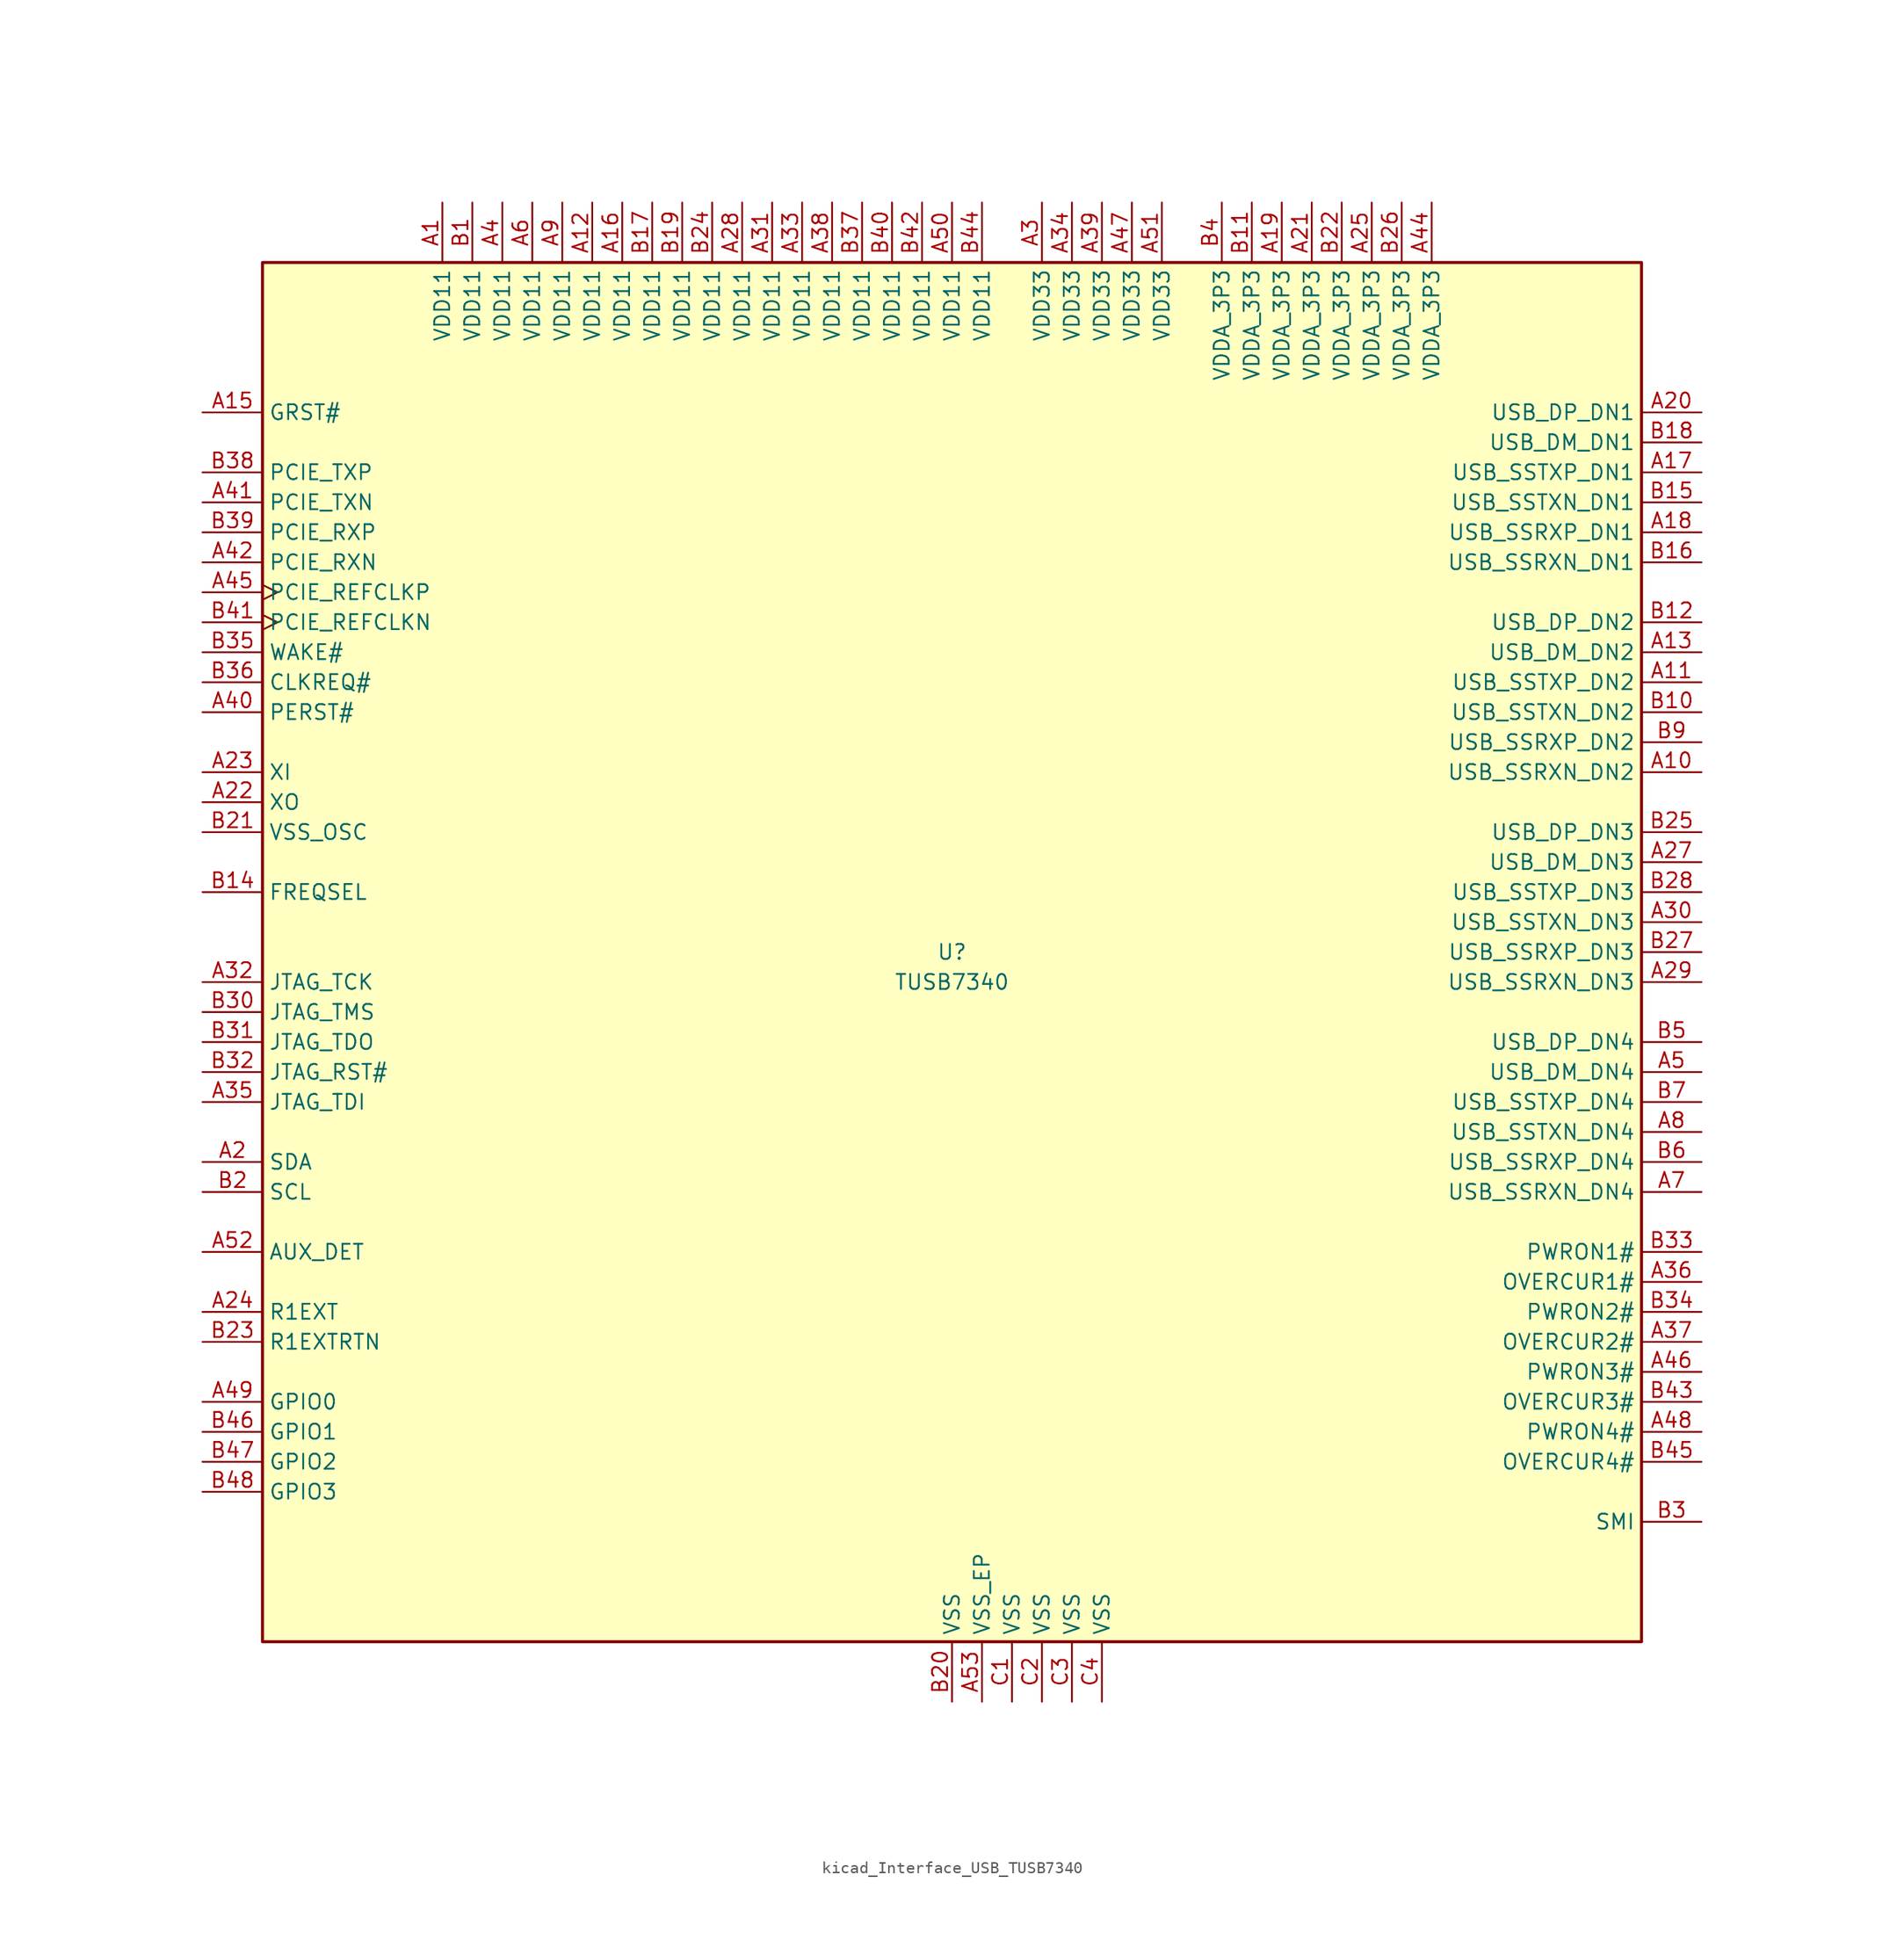
<source format=kicad_sym>
(kicad_symbol_lib
  (version 20220914)
  (generator kicad_symbol_editor)
  (symbol "kicad_Interface_USB_TUSB7340"
    (property "Reference" "U"
      (at 0 0 0)
      (effects (font (size 1.27 1.27))))
    (property "Value" "TUSB7340"
      (at 0 -2.54 0)
      (effects (font (size 1.27 1.27))))
    (symbol "kicad_Interface_USB_TUSB7340_0_1"
      (rectangle (start 58.42 58.42) (end -58.42 -58.42) (stroke (width 0.254) (type default)) (fill (type background))))
    (symbol "kicad_Interface_USB_TUSB7340_1_1"
      (pin power_in line (at -43.18 63.5 270) (length 5.08) (name "VDD11" (effects (font (size 1.27 1.27)))) (number "A1" (effects (font (size 1.27 1.27)))))
      (pin input line (at 63.5 15.24 180) (length 5.08) (name "USB_SSRXN_DN2" (effects (font (size 1.27 1.27)))) (number "A10" (effects (font (size 1.27 1.27)))))
      (pin output line (at 63.5 22.86 180) (length 5.08) (name "USB_SSTXP_DN2" (effects (font (size 1.27 1.27)))) (number "A11" (effects (font (size 1.27 1.27)))))
      (pin power_in line (at -30.48 63.5 270) (length 5.08) (name "VDD11" (effects (font (size 1.27 1.27)))) (number "A12" (effects (font (size 1.27 1.27)))))
      (pin bidirectional line (at 63.5 25.4 180) (length 5.08) (name "USB_DM_DN2" (effects (font (size 1.27 1.27)))) (number "A13" (effects (font (size 1.27 1.27)))))
      (pin no_connect line (at -17.78 -58.42 90) (length 5.08) hide (name "NC" (effects (font (size 1.27 1.27)))) (number "A14" (effects (font (size 1.27 1.27)))))
      (pin input line (at -63.5 45.72 0) (length 5.08) (name "GRST#" (effects (font (size 1.27 1.27)))) (number "A15" (effects (font (size 1.27 1.27)))))
      (pin power_in line (at -27.94 63.5 270) (length 5.08) (name "VDD11" (effects (font (size 1.27 1.27)))) (number "A16" (effects (font (size 1.27 1.27)))))
      (pin output line (at 63.5 40.64 180) (length 5.08) (name "USB_SSTXP_DN1" (effects (font (size 1.27 1.27)))) (number "A17" (effects (font (size 1.27 1.27)))))
      (pin input line (at 63.5 35.56 180) (length 5.08) (name "USB_SSRXP_DN1" (effects (font (size 1.27 1.27)))) (number "A18" (effects (font (size 1.27 1.27)))))
      (pin power_in line (at 27.94 63.5 270) (length 5.08) (name "VDDA_3P3" (effects (font (size 1.27 1.27)))) (number "A19" (effects (font (size 1.27 1.27)))))
      (pin bidirectional line (at -63.5 -17.78 0) (length 5.08) (name "SDA" (effects (font (size 1.27 1.27)))) (number "A2" (effects (font (size 1.27 1.27)))))
      (pin bidirectional line (at 63.5 45.72 180) (length 5.08) (name "USB_DP_DN1" (effects (font (size 1.27 1.27)))) (number "A20" (effects (font (size 1.27 1.27)))))
      (pin power_in line (at 30.48 63.5 270) (length 5.08) (name "VDDA_3P3" (effects (font (size 1.27 1.27)))) (number "A21" (effects (font (size 1.27 1.27)))))
      (pin output line (at -63.5 12.7 0) (length 5.08) (name "XO" (effects (font (size 1.27 1.27)))) (number "A22" (effects (font (size 1.27 1.27)))))
      (pin input line (at -63.5 15.24 0) (length 5.08) (name "XI" (effects (font (size 1.27 1.27)))) (number "A23" (effects (font (size 1.27 1.27)))))
      (pin bidirectional line (at -63.5 -30.48 0) (length 5.08) (name "R1EXT" (effects (font (size 1.27 1.27)))) (number "A24" (effects (font (size 1.27 1.27)))))
      (pin power_in line (at 35.56 63.5 270) (length 5.08) (name "VDDA_3P3" (effects (font (size 1.27 1.27)))) (number "A25" (effects (font (size 1.27 1.27)))))
      (pin no_connect line (at -15.24 -58.42 90) (length 5.08) hide (name "NC" (effects (font (size 1.27 1.27)))) (number "A26" (effects (font (size 1.27 1.27)))))
      (pin bidirectional line (at 63.5 7.62 180) (length 5.08) (name "USB_DM_DN3" (effects (font (size 1.27 1.27)))) (number "A27" (effects (font (size 1.27 1.27)))))
      (pin power_in line (at -17.78 63.5 270) (length 5.08) (name "VDD11" (effects (font (size 1.27 1.27)))) (number "A28" (effects (font (size 1.27 1.27)))))
      (pin input line (at 63.5 -2.54 180) (length 5.08) (name "USB_SSRXN_DN3" (effects (font (size 1.27 1.27)))) (number "A29" (effects (font (size 1.27 1.27)))))
      (pin power_in line (at 7.62 63.5 270) (length 5.08) (name "VDD33" (effects (font (size 1.27 1.27)))) (number "A3" (effects (font (size 1.27 1.27)))))
      (pin output line (at 63.5 2.54 180) (length 5.08) (name "USB_SSTXN_DN3" (effects (font (size 1.27 1.27)))) (number "A30" (effects (font (size 1.27 1.27)))))
      (pin power_in line (at -15.24 63.5 270) (length 5.08) (name "VDD11" (effects (font (size 1.27 1.27)))) (number "A31" (effects (font (size 1.27 1.27)))))
      (pin input line (at -63.5 -2.54 0) (length 5.08) (name "JTAG_TCK" (effects (font (size 1.27 1.27)))) (number "A32" (effects (font (size 1.27 1.27)))))
      (pin power_in line (at -12.7 63.5 270) (length 5.08) (name "VDD11" (effects (font (size 1.27 1.27)))) (number "A33" (effects (font (size 1.27 1.27)))))
      (pin power_in line (at 10.16 63.5 270) (length 5.08) (name "VDD33" (effects (font (size 1.27 1.27)))) (number "A34" (effects (font (size 1.27 1.27)))))
      (pin input line (at -63.5 -12.7 0) (length 5.08) (name "JTAG_TDI" (effects (font (size 1.27 1.27)))) (number "A35" (effects (font (size 1.27 1.27)))))
      (pin input line (at 63.5 -27.94 180) (length 5.08) (name "OVERCUR1#" (effects (font (size 1.27 1.27)))) (number "A36" (effects (font (size 1.27 1.27)))))
      (pin input line (at 63.5 -33.02 180) (length 5.08) (name "OVERCUR2#" (effects (font (size 1.27 1.27)))) (number "A37" (effects (font (size 1.27 1.27)))))
      (pin power_in line (at -10.16 63.5 270) (length 5.08) (name "VDD11" (effects (font (size 1.27 1.27)))) (number "A38" (effects (font (size 1.27 1.27)))))
      (pin power_in line (at 12.7 63.5 270) (length 5.08) (name "VDD33" (effects (font (size 1.27 1.27)))) (number "A39" (effects (font (size 1.27 1.27)))))
      (pin power_in line (at -38.1 63.5 270) (length 5.08) (name "VDD11" (effects (font (size 1.27 1.27)))) (number "A4" (effects (font (size 1.27 1.27)))))
      (pin input line (at -63.5 20.32 0) (length 5.08) (name "PERST#" (effects (font (size 1.27 1.27)))) (number "A40" (effects (font (size 1.27 1.27)))))
      (pin output line (at -63.5 38.1 0) (length 5.08) (name "PCIE_TXN" (effects (font (size 1.27 1.27)))) (number "A41" (effects (font (size 1.27 1.27)))))
      (pin input line (at -63.5 33.02 0) (length 5.08) (name "PCIE_RXN" (effects (font (size 1.27 1.27)))) (number "A42" (effects (font (size 1.27 1.27)))))
      (pin no_connect line (at -10.16 -58.42 90) (length 5.08) hide (name "NC" (effects (font (size 1.27 1.27)))) (number "A43" (effects (font (size 1.27 1.27)))))
      (pin power_in line (at 40.64 63.5 270) (length 5.08) (name "VDDA_3P3" (effects (font (size 1.27 1.27)))) (number "A44" (effects (font (size 1.27 1.27)))))
      (pin input clock (at -63.5 30.48 0) (length 5.08) (name "PCIE_REFCLKP" (effects (font (size 1.27 1.27)))) (number "A45" (effects (font (size 1.27 1.27)))))
      (pin output line (at 63.5 -35.56 180) (length 5.08) (name "PWRON3#" (effects (font (size 1.27 1.27)))) (number "A46" (effects (font (size 1.27 1.27)))))
      (pin power_in line (at 15.24 63.5 270) (length 5.08) (name "VDD33" (effects (font (size 1.27 1.27)))) (number "A47" (effects (font (size 1.27 1.27)))))
      (pin output line (at 63.5 -40.64 180) (length 5.08) (name "PWRON4#" (effects (font (size 1.27 1.27)))) (number "A48" (effects (font (size 1.27 1.27)))))
      (pin bidirectional line (at -63.5 -38.1 0) (length 5.08) (name "GPIO0" (effects (font (size 1.27 1.27)))) (number "A49" (effects (font (size 1.27 1.27)))))
      (pin bidirectional line (at 63.5 -10.16 180) (length 5.08) (name "USB_DM_DN4" (effects (font (size 1.27 1.27)))) (number "A5" (effects (font (size 1.27 1.27)))))
      (pin power_in line (at 0 63.5 270) (length 5.08) (name "VDD11" (effects (font (size 1.27 1.27)))) (number "A50" (effects (font (size 1.27 1.27)))))
      (pin power_in line (at 17.78 63.5 270) (length 5.08) (name "VDD33" (effects (font (size 1.27 1.27)))) (number "A51" (effects (font (size 1.27 1.27)))))
      (pin input line (at -63.5 -25.4 0) (length 5.08) (name "AUX_DET" (effects (font (size 1.27 1.27)))) (number "A52" (effects (font (size 1.27 1.27)))))
      (pin power_in line (at 2.54 -63.5 90) (length 5.08) (name "VSS_EP" (effects (font (size 1.27 1.27)))) (number "A53" (effects (font (size 1.27 1.27)))))
      (pin power_in line (at -35.56 63.5 270) (length 5.08) (name "VDD11" (effects (font (size 1.27 1.27)))) (number "A6" (effects (font (size 1.27 1.27)))))
      (pin input line (at 63.5 -20.32 180) (length 5.08) (name "USB_SSRXN_DN4" (effects (font (size 1.27 1.27)))) (number "A7" (effects (font (size 1.27 1.27)))))
      (pin input line (at 63.5 -15.24 180) (length 5.08) (name "USB_SSTXN_DN4" (effects (font (size 1.27 1.27)))) (number "A8" (effects (font (size 1.27 1.27)))))
      (pin power_in line (at -33.02 63.5 270) (length 5.08) (name "VDD11" (effects (font (size 1.27 1.27)))) (number "A9" (effects (font (size 1.27 1.27)))))
      (pin power_in line (at -40.64 63.5 270) (length 5.08) (name "VDD11" (effects (font (size 1.27 1.27)))) (number "B1" (effects (font (size 1.27 1.27)))))
      (pin output line (at 63.5 20.32 180) (length 5.08) (name "USB_SSTXN_DN2" (effects (font (size 1.27 1.27)))) (number "B10" (effects (font (size 1.27 1.27)))))
      (pin power_in line (at 25.4 63.5 270) (length 5.08) (name "VDDA_3P3" (effects (font (size 1.27 1.27)))) (number "B11" (effects (font (size 1.27 1.27)))))
      (pin bidirectional line (at 63.5 27.94 180) (length 5.08) (name "USB_DP_DN2" (effects (font (size 1.27 1.27)))) (number "B12" (effects (font (size 1.27 1.27)))))
      (pin no_connect line (at -20.32 -58.42 90) (length 5.08) hide (name "NC" (effects (font (size 1.27 1.27)))) (number "B13" (effects (font (size 1.27 1.27)))))
      (pin input line (at -63.5 5.08 0) (length 5.08) (name "FREQSEL" (effects (font (size 1.27 1.27)))) (number "B14" (effects (font (size 1.27 1.27)))))
      (pin output line (at 63.5 38.1 180) (length 5.08) (name "USB_SSTXN_DN1" (effects (font (size 1.27 1.27)))) (number "B15" (effects (font (size 1.27 1.27)))))
      (pin input line (at 63.5 33.02 180) (length 5.08) (name "USB_SSRXN_DN1" (effects (font (size 1.27 1.27)))) (number "B16" (effects (font (size 1.27 1.27)))))
      (pin power_in line (at -25.4 63.5 270) (length 5.08) (name "VDD11" (effects (font (size 1.27 1.27)))) (number "B17" (effects (font (size 1.27 1.27)))))
      (pin bidirectional line (at 63.5 43.18 180) (length 5.08) (name "USB_DM_DN1" (effects (font (size 1.27 1.27)))) (number "B18" (effects (font (size 1.27 1.27)))))
      (pin power_in line (at -22.86 63.5 270) (length 5.08) (name "VDD11" (effects (font (size 1.27 1.27)))) (number "B19" (effects (font (size 1.27 1.27)))))
      (pin bidirectional line (at -63.5 -20.32 0) (length 5.08) (name "SCL" (effects (font (size 1.27 1.27)))) (number "B2" (effects (font (size 1.27 1.27)))))
      (pin power_in line (at 0 -63.5 90) (length 5.08) (name "VSS" (effects (font (size 1.27 1.27)))) (number "B20" (effects (font (size 1.27 1.27)))))
      (pin input line (at -63.5 10.16 0) (length 5.08) (name "VSS_OSC" (effects (font (size 1.27 1.27)))) (number "B21" (effects (font (size 1.27 1.27)))))
      (pin power_in line (at 33.02 63.5 270) (length 5.08) (name "VDDA_3P3" (effects (font (size 1.27 1.27)))) (number "B22" (effects (font (size 1.27 1.27)))))
      (pin bidirectional line (at -63.5 -33.02 0) (length 5.08) (name "R1EXTRTN" (effects (font (size 1.27 1.27)))) (number "B23" (effects (font (size 1.27 1.27)))))
      (pin power_in line (at -20.32 63.5 270) (length 5.08) (name "VDD11" (effects (font (size 1.27 1.27)))) (number "B24" (effects (font (size 1.27 1.27)))))
      (pin bidirectional line (at 63.5 10.16 180) (length 5.08) (name "USB_DP_DN3" (effects (font (size 1.27 1.27)))) (number "B25" (effects (font (size 1.27 1.27)))))
      (pin power_in line (at 38.1 63.5 270) (length 5.08) (name "VDDA_3P3" (effects (font (size 1.27 1.27)))) (number "B26" (effects (font (size 1.27 1.27)))))
      (pin input line (at 63.5 0 180) (length 5.08) (name "USB_SSRXP_DN3" (effects (font (size 1.27 1.27)))) (number "B27" (effects (font (size 1.27 1.27)))))
      (pin output line (at 63.5 5.08 180) (length 5.08) (name "USB_SSTXP_DN3" (effects (font (size 1.27 1.27)))) (number "B28" (effects (font (size 1.27 1.27)))))
      (pin no_connect line (at -12.7 -58.42 90) (length 5.08) hide (name "NC" (effects (font (size 1.27 1.27)))) (number "B29" (effects (font (size 1.27 1.27)))))
      (pin output line (at 63.5 -48.26 180) (length 5.08) (name "SMI" (effects (font (size 1.27 1.27)))) (number "B3" (effects (font (size 1.27 1.27)))))
      (pin input line (at -63.5 -5.08 0) (length 5.08) (name "JTAG_TMS" (effects (font (size 1.27 1.27)))) (number "B30" (effects (font (size 1.27 1.27)))))
      (pin output line (at -63.5 -7.62 0) (length 5.08) (name "JTAG_TDO" (effects (font (size 1.27 1.27)))) (number "B31" (effects (font (size 1.27 1.27)))))
      (pin input line (at -63.5 -10.16 0) (length 5.08) (name "JTAG_RST#" (effects (font (size 1.27 1.27)))) (number "B32" (effects (font (size 1.27 1.27)))))
      (pin output line (at 63.5 -25.4 180) (length 5.08) (name "PWRON1#" (effects (font (size 1.27 1.27)))) (number "B33" (effects (font (size 1.27 1.27)))))
      (pin output line (at 63.5 -30.48 180) (length 5.08) (name "PWRON2#" (effects (font (size 1.27 1.27)))) (number "B34" (effects (font (size 1.27 1.27)))))
      (pin output line (at -63.5 25.4 0) (length 5.08) (name "WAKE#" (effects (font (size 1.27 1.27)))) (number "B35" (effects (font (size 1.27 1.27)))))
      (pin input line (at -63.5 22.86 0) (length 5.08) (name "CLKREQ#" (effects (font (size 1.27 1.27)))) (number "B36" (effects (font (size 1.27 1.27)))))
      (pin power_in line (at -7.62 63.5 270) (length 5.08) (name "VDD11" (effects (font (size 1.27 1.27)))) (number "B37" (effects (font (size 1.27 1.27)))))
      (pin output line (at -63.5 40.64 0) (length 5.08) (name "PCIE_TXP" (effects (font (size 1.27 1.27)))) (number "B38" (effects (font (size 1.27 1.27)))))
      (pin input line (at -63.5 35.56 0) (length 5.08) (name "PCIE_RXP" (effects (font (size 1.27 1.27)))) (number "B39" (effects (font (size 1.27 1.27)))))
      (pin power_in line (at 22.86 63.5 270) (length 5.08) (name "VDDA_3P3" (effects (font (size 1.27 1.27)))) (number "B4" (effects (font (size 1.27 1.27)))))
      (pin power_in line (at -5.08 63.5 270) (length 5.08) (name "VDD11" (effects (font (size 1.27 1.27)))) (number "B40" (effects (font (size 1.27 1.27)))))
      (pin input clock (at -63.5 27.94 0) (length 5.08) (name "PCIE_REFCLKN" (effects (font (size 1.27 1.27)))) (number "B41" (effects (font (size 1.27 1.27)))))
      (pin power_in line (at -2.54 63.5 270) (length 5.08) (name "VDD11" (effects (font (size 1.27 1.27)))) (number "B42" (effects (font (size 1.27 1.27)))))
      (pin input line (at 63.5 -38.1 180) (length 5.08) (name "OVERCUR3#" (effects (font (size 1.27 1.27)))) (number "B43" (effects (font (size 1.27 1.27)))))
      (pin power_in line (at 2.54 63.5 270) (length 5.08) (name "VDD11" (effects (font (size 1.27 1.27)))) (number "B44" (effects (font (size 1.27 1.27)))))
      (pin input line (at 63.5 -43.18 180) (length 5.08) (name "OVERCUR4#" (effects (font (size 1.27 1.27)))) (number "B45" (effects (font (size 1.27 1.27)))))
      (pin bidirectional line (at -63.5 -40.64 0) (length 5.08) (name "GPIO1" (effects (font (size 1.27 1.27)))) (number "B46" (effects (font (size 1.27 1.27)))))
      (pin bidirectional line (at -63.5 -43.18 0) (length 5.08) (name "GPIO2" (effects (font (size 1.27 1.27)))) (number "B47" (effects (font (size 1.27 1.27)))))
      (pin bidirectional line (at -63.5 -45.72 0) (length 5.08) (name "GPIO3" (effects (font (size 1.27 1.27)))) (number "B48" (effects (font (size 1.27 1.27)))))
      (pin bidirectional line (at 63.5 -7.62 180) (length 5.08) (name "USB_DP_DN4" (effects (font (size 1.27 1.27)))) (number "B5" (effects (font (size 1.27 1.27)))))
      (pin input line (at 63.5 -17.78 180) (length 5.08) (name "USB_SSRXP_DN4" (effects (font (size 1.27 1.27)))) (number "B6" (effects (font (size 1.27 1.27)))))
      (pin input line (at 63.5 -12.7 180) (length 5.08) (name "USB_SSTXP_DN4" (effects (font (size 1.27 1.27)))) (number "B7" (effects (font (size 1.27 1.27)))))
      (pin no_connect line (at -22.86 -58.42 90) (length 5.08) hide (name "NC" (effects (font (size 1.27 1.27)))) (number "B8" (effects (font (size 1.27 1.27)))))
      (pin input line (at 63.5 17.78 180) (length 5.08) (name "USB_SSRXP_DN2" (effects (font (size 1.27 1.27)))) (number "B9" (effects (font (size 1.27 1.27)))))
      (pin power_in line (at 5.08 -63.5 90) (length 5.08) (name "VSS" (effects (font (size 1.27 1.27)))) (number "C1" (effects (font (size 1.27 1.27)))))
      (pin power_in line (at 7.62 -63.5 90) (length 5.08) (name "VSS" (effects (font (size 1.27 1.27)))) (number "C2" (effects (font (size 1.27 1.27)))))
      (pin power_in line (at 10.16 -63.5 90) (length 5.08) (name "VSS" (effects (font (size 1.27 1.27)))) (number "C3" (effects (font (size 1.27 1.27)))))
      (pin power_in line (at 12.7 -63.5 90) (length 5.08) (name "VSS" (effects (font (size 1.27 1.27)))) (number "C4" (effects (font (size 1.27 1.27))))))))
</source>
